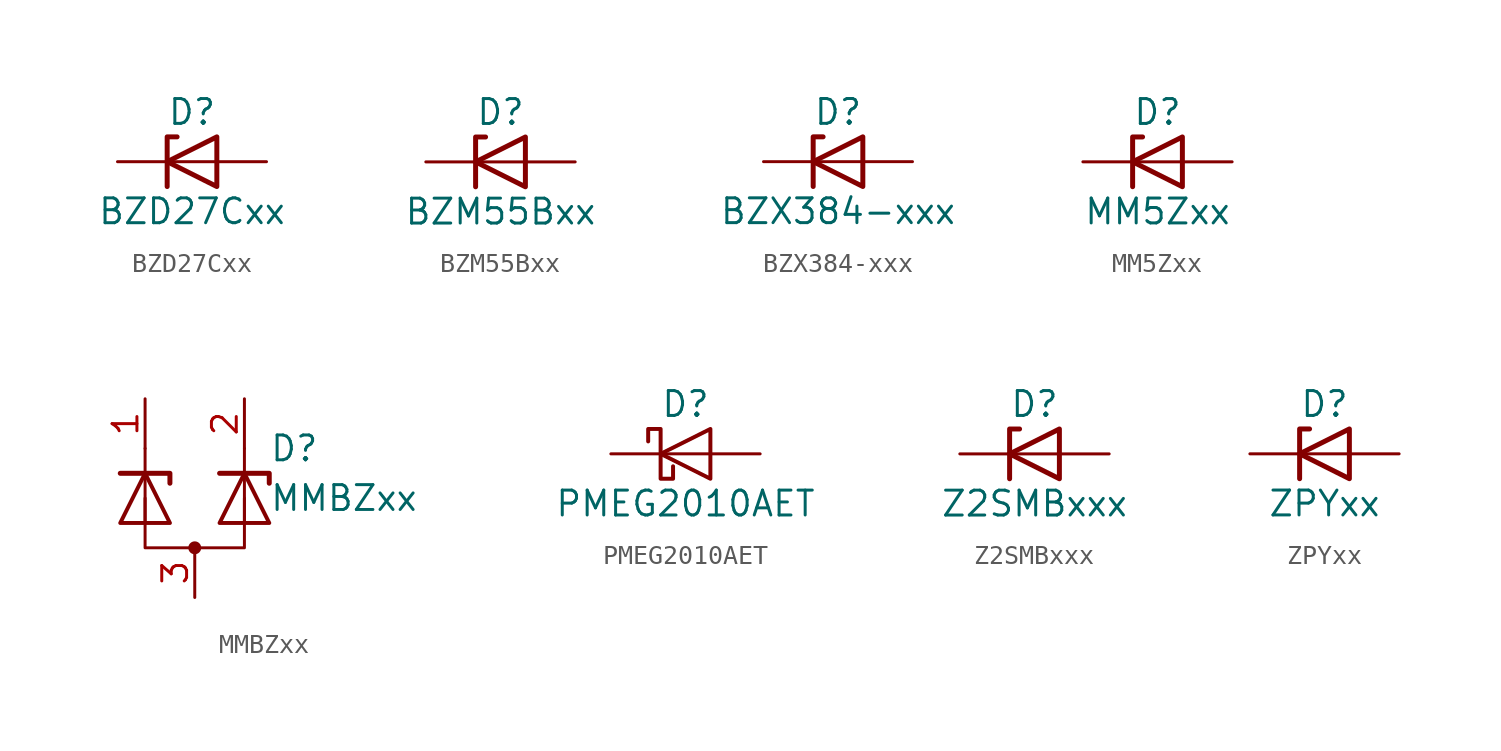
<source format=kicad_sym>
(kicad_symbol_lib
  (version 20211014)
  (generator kicad_symbol_editor)
  (symbol "BZD27Cxx"
    (pin_numbers hide)
    (pin_names hide)
    (property "Reference" "D"
      (at 0 2.54 0)
      (effects (font (size 1.27 1.27))))
    (property "Value" "BZD27Cxx"
      (at 0 -2.54 0)
      (effects (font (size 1.27 1.27))))
    (symbol "BZD27Cxx_0_1"
      (polyline (pts (xy 1.27 0) (xy -1.27 0)) (stroke (width 0) (type default) (color 0 0 0 0)) (fill (type none)))
      (polyline (pts (xy -1.27 -1.27) (xy -1.27 1.27) (xy -0.762 1.27)) (stroke (width 0.254) (type default) (color 0 0 0 0)) (fill (type none)))
      (polyline (pts (xy 1.27 -1.27) (xy 1.27 1.27) (xy -1.27 0) (xy 1.27 -1.27)) (stroke (width 0.254) (type default) (color 0 0 0 0)) (fill (type none))))
    (symbol "BZD27Cxx_1_1"
      (pin passive line (at -3.81 0 0) (length 2.54) (name "K" (effects (font (size 1.27 1.27)))) (number "1" (effects (font (size 1.27 1.27)))))
      (pin passive line (at 3.81 0 180) (length 2.54) (name "A" (effects (font (size 1.27 1.27)))) (number "2" (effects (font (size 1.27 1.27)))))))
  (symbol "BZM55Bxx"
    (pin_numbers hide)
    (pin_names hide)
    (property "Reference" "D"
      (at 0 2.54 0)
      (effects (font (size 1.27 1.27))))
    (property "Value" "BZM55Bxx"
      (at 0 -2.54 0)
      (effects (font (size 1.27 1.27))))
    (symbol "BZM55Bxx_0_1"
      (polyline (pts (xy 1.27 0) (xy -1.27 0)) (stroke (width 0) (type default) (color 0 0 0 0)) (fill (type none)))
      (polyline (pts (xy -1.27 -1.27) (xy -1.27 1.27) (xy -0.762 1.27)) (stroke (width 0.254) (type default) (color 0 0 0 0)) (fill (type none)))
      (polyline (pts (xy 1.27 -1.27) (xy 1.27 1.27) (xy -1.27 0) (xy 1.27 -1.27)) (stroke (width 0.254) (type default) (color 0 0 0 0)) (fill (type none))))
    (symbol "BZM55Bxx_1_1"
      (pin passive line (at -3.81 0 0) (length 2.54) (name "K" (effects (font (size 1.27 1.27)))) (number "1" (effects (font (size 1.27 1.27)))))
      (pin passive line (at 3.81 0 180) (length 2.54) (name "A" (effects (font (size 1.27 1.27)))) (number "2" (effects (font (size 1.27 1.27)))))))
  (symbol "BZX384-xxx"
    (pin_numbers hide)
    (pin_names hide)
    (property "Reference" "D"
      (at 0 2.54 0)
      (effects (font (size 1.27 1.27))))
    (property "Value" "BZX384-xxx"
      (at 0 -2.54 0)
      (effects (font (size 1.27 1.27))))
    (symbol "BZX384-xxx_0_1"
      (polyline (pts (xy 1.27 0) (xy -1.27 0)) (stroke (width 0) (type default) (color 0 0 0 0)) (fill (type none)))
      (polyline (pts (xy -1.27 -1.27) (xy -1.27 1.27) (xy -0.762 1.27)) (stroke (width 0.254) (type default) (color 0 0 0 0)) (fill (type none)))
      (polyline (pts (xy 1.27 -1.27) (xy 1.27 1.27) (xy -1.27 0) (xy 1.27 -1.27)) (stroke (width 0.254) (type default) (color 0 0 0 0)) (fill (type none))))
    (symbol "BZX384-xxx_1_1"
      (pin passive line (at -3.81 0 0) (length 2.54) (name "K" (effects (font (size 1.27 1.27)))) (number "1" (effects (font (size 1.27 1.27)))))
      (pin passive line (at 3.81 0 180) (length 2.54) (name "A" (effects (font (size 1.27 1.27)))) (number "2" (effects (font (size 1.27 1.27)))))))
  (symbol "MM5Zxx"
    (pin_numbers hide)
    (pin_names
      (offset 1.016) hide)
    (property "Reference" "D"
      (at 0 2.54 0)
      (effects (font (size 1.27 1.27))))
    (property "Value" "MM5Zxx"
      (at 0 -2.54 0)
      (effects (font (size 1.27 1.27))))
    (symbol "MM5Zxx_0_1"
      (polyline (pts (xy 1.27 0) (xy -1.27 0)) (stroke (width 0) (type default) (color 0 0 0 0)) (fill (type none)))
      (polyline (pts (xy -1.27 -1.27) (xy -1.27 1.27) (xy -0.762 1.27)) (stroke (width 0.254) (type default) (color 0 0 0 0)) (fill (type none)))
      (polyline (pts (xy 1.27 -1.27) (xy 1.27 1.27) (xy -1.27 0) (xy 1.27 -1.27)) (stroke (width 0.254) (type default) (color 0 0 0 0)) (fill (type none))))
    (symbol "MM5Zxx_1_1"
      (pin passive line (at -3.81 0 0) (length 2.54) (name "K" (effects (font (size 1.27 1.27)))) (number "1" (effects (font (size 1.27 1.27)))))
      (pin passive line (at 3.81 0 180) (length 2.54) (name "A" (effects (font (size 1.27 1.27)))) (number "2" (effects (font (size 1.27 1.27)))))))
  (symbol "MMBZxx"
    (pin_names
      (offset 1.016) hide)
    (property "Reference" "D"
      (at 3.81 2.54 0)
      (effects (font (size 1.27 1.27)) (justify left)))
    (property "Value" "MMBZxx"
      (at 3.81 0 0)
      (effects (font (size 1.27 1.27)) (justify left)))
    (symbol "MMBZxx_0_1"
      (circle (center 0 -2.54) (radius 0.254) (stroke (width 0) (type default) (color 0 0 0 0)) (fill (type outline)))
      (polyline (pts (xy -2.54 -1.27) (xy -2.54 2.54)) (stroke (width 0) (type default) (color 0 0 0 0)) (fill (type none)))
      (polyline (pts (xy 2.54 -1.27) (xy 2.54 2.54)) (stroke (width 0) (type default) (color 0 0 0 0)) (fill (type none)))
      (polyline (pts (xy -3.81 1.27) (xy -1.27 1.27) (xy -1.27 0.762)) (stroke (width 0.254) (type default) (color 0 0 0 0)) (fill (type none)))
      (polyline (pts (xy 1.27 1.27) (xy 3.81 1.27) (xy 3.81 0.762)) (stroke (width 0.254) (type default) (color 0 0 0 0)) (fill (type none)))
      (polyline (pts (xy -2.54 0) (xy -2.54 -2.54) (xy 2.54 -2.54) (xy 2.54 0)) (stroke (width 0) (type default) (color 0 0 0 0)) (fill (type none))))
    (symbol "MMBZxx_1_1"
      (polyline (pts (xy -3.81 -1.27) (xy -1.27 -1.27) (xy -2.54 1.27) (xy -3.81 -1.27)) (stroke (width 0.203) (type default) (color 0 0 0 0)) (fill (type none)))
      (polyline (pts (xy 1.27 -1.27) (xy 3.81 -1.27) (xy 2.54 1.27) (xy 1.27 -1.27)) (stroke (width 0.203) (type default) (color 0 0 0 0)) (fill (type none)))
      (pin passive line (at -2.54 5.08 270) (length 2.54) (name "K" (effects (font (size 1.27 1.27)))) (number "1" (effects (font (size 1.27 1.27)))))
      (pin passive line (at 2.54 5.08 270) (length 2.54) (name "K" (effects (font (size 1.27 1.27)))) (number "2" (effects (font (size 1.27 1.27)))))
      (pin passive line (at 0 -5.08 90) (length 2.54) (name "A" (effects (font (size 1.27 1.27)))) (number "3" (effects (font (size 1.27 1.27)))))))
  (symbol "PMEG2010AET"
    (pin_numbers hide)
    (pin_names hide)
    (property "Reference" "D"
      (at 0 2.54 0)
      (effects (font (size 1.27 1.27))))
    (property "Value" "PMEG2010AET"
      (at 0 -2.54 0)
      (effects (font (size 1.27 1.27))))
    (symbol "PMEG2010AET_0_1"
      (polyline (pts (xy 1.27 0) (xy -1.27 0)) (stroke (width 0) (type default) (color 0 0 0 0)) (fill (type none)))
      (polyline (pts (xy 1.27 -1.27) (xy 1.27 1.27) (xy -1.27 0) (xy 1.27 -1.27)) (stroke (width 0.203) (type default) (color 0 0 0 0)) (fill (type none)))
      (polyline (pts (xy -1.905 0.635) (xy -1.905 1.27) (xy -1.27 1.27) (xy -1.27 -1.27) (xy -0.635 -1.27) (xy -0.635 -0.635)) (stroke (width 0.203) (type default) (color 0 0 0 0)) (fill (type none))))
    (symbol "PMEG2010AET_1_1"
      (pin passive line (at -3.81 0 0) (length 2.54) (name "K" (effects (font (size 1.27 1.27)))) (number "1" (effects (font (size 1.27 1.27)))))
      (pin passive line (at 3.81 0 180) (length 2.54) (name "A" (effects (font (size 1.27 1.27)))) (number "2" (effects (font (size 1.27 1.27)))))))
  (symbol "Z2SMBxxx"
    (pin_numbers hide)
    (pin_names
      (offset 1.016) hide)
    (property "Reference" "D"
      (at 0 2.54 0)
      (effects (font (size 1.27 1.27))))
    (property "Value" "Z2SMBxxx"
      (at 0 -2.54 0)
      (effects (font (size 1.27 1.27))))
    (symbol "Z2SMBxxx_0_1"
      (polyline (pts (xy 1.27 0) (xy -1.27 0)) (stroke (width 0) (type default) (color 0 0 0 0)) (fill (type none)))
      (polyline (pts (xy -1.27 -1.27) (xy -1.27 1.27) (xy -0.762 1.27)) (stroke (width 0.254) (type default) (color 0 0 0 0)) (fill (type none)))
      (polyline (pts (xy 1.27 -1.27) (xy 1.27 1.27) (xy -1.27 0) (xy 1.27 -1.27)) (stroke (width 0.254) (type default) (color 0 0 0 0)) (fill (type none))))
    (symbol "Z2SMBxxx_1_1"
      (pin passive line (at -3.81 0 0) (length 2.54) (name "K" (effects (font (size 1.27 1.27)))) (number "1" (effects (font (size 1.27 1.27)))))
      (pin passive line (at 3.81 0 180) (length 2.54) (name "A" (effects (font (size 1.27 1.27)))) (number "2" (effects (font (size 1.27 1.27)))))))
  (symbol "ZPYxx"
    (pin_numbers hide)
    (pin_names
      (offset 1.016) hide)
    (property "Reference" "D"
      (at 0 2.54 0)
      (effects (font (size 1.27 1.27))))
    (property "Value" "ZPYxx"
      (at 0 -2.54 0)
      (effects (font (size 1.27 1.27))))
    (symbol "ZPYxx_0_1"
      (polyline (pts (xy 1.27 0) (xy -1.27 0)) (stroke (width 0) (type default) (color 0 0 0 0)) (fill (type none)))
      (polyline (pts (xy -1.27 -1.27) (xy -1.27 1.27) (xy -0.762 1.27)) (stroke (width 0.254) (type default) (color 0 0 0 0)) (fill (type none)))
      (polyline (pts (xy 1.27 -1.27) (xy 1.27 1.27) (xy -1.27 0) (xy 1.27 -1.27)) (stroke (width 0.254) (type default) (color 0 0 0 0)) (fill (type none))))
    (symbol "ZPYxx_1_1"
      (pin passive line (at -3.81 0 0) (length 2.54) (name "K" (effects (font (size 1.27 1.27)))) (number "1" (effects (font (size 1.27 1.27)))))
      (pin passive line (at 3.81 0 180) (length 2.54) (name "A" (effects (font (size 1.27 1.27)))) (number "2" (effects (font (size 1.27 1.27))))))))
</source>
